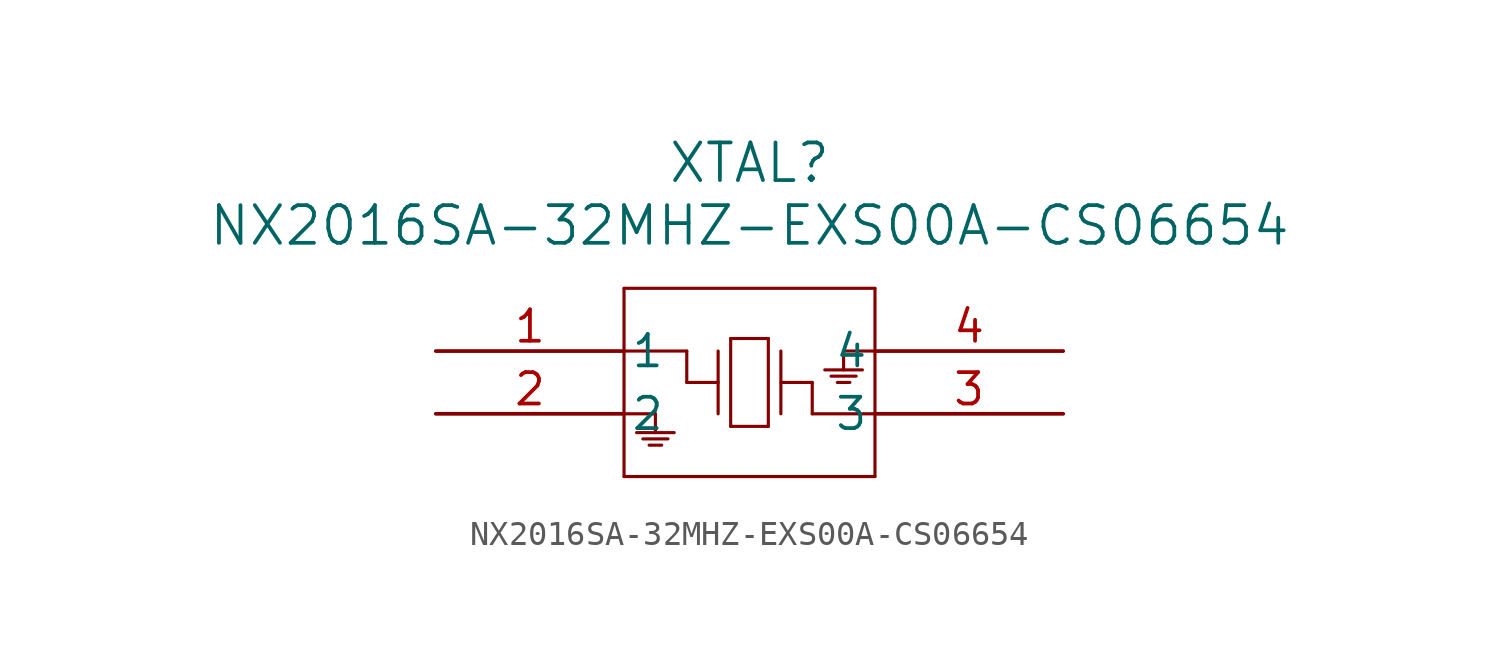
<source format=kicad_sym>
(kicad_symbol_lib
  (version 20211014)
  (generator kicad_symbol_editor)
  (symbol "NX2016SA-32MHZ-EXS00A-CS06654"
    (pin_names
      (offset 0.254))
    (property "Reference" "XTAL"
      (at 12.7 7.62 0)
      (effects (font (size 1.524 1.524))))
    (property "Value" "NX2016SA-32MHZ-EXS00A-CS06654"
      (at 12.7 5.08 0)
      (effects (font (size 1.524 1.524))))
    (symbol "NX2016SA-32MHZ-EXS00A-CS06654_0_1"
      (polyline (pts (xy 7.62 2.54) (xy 7.62 -5.08)) (stroke (width 0.127) (type default) (color 0 0 0 0)) (fill (type none)))
      (polyline (pts (xy 7.62 -5.08) (xy 17.78 -5.08)) (stroke (width 0.127) (type default) (color 0 0 0 0)) (fill (type none)))
      (polyline (pts (xy 17.78 -5.08) (xy 17.78 2.54)) (stroke (width 0.127) (type default) (color 0 0 0 0)) (fill (type none)))
      (polyline (pts (xy 17.78 2.54) (xy 7.62 2.54)) (stroke (width 0.127) (type default) (color 0 0 0 0)) (fill (type none)))
      (polyline (pts (xy 11.43 0) (xy 11.43 -2.54)) (stroke (width 0.127) (type default) (color 0 0 0 0)) (fill (type none)))
      (polyline (pts (xy 11.43 -1.27) (xy 10.16 -1.27)) (stroke (width 0.127) (type default) (color 0 0 0 0)) (fill (type none)))
      (polyline (pts (xy 10.16 -1.27) (xy 10.16 0)) (stroke (width 0.127) (type default) (color 0 0 0 0)) (fill (type none)))
      (polyline (pts (xy 10.16 0) (xy 7.62 0)) (stroke (width 0.127) (type default) (color 0 0 0 0)) (fill (type none)))
      (polyline (pts (xy 13.97 0) (xy 13.97 -2.54)) (stroke (width 0.127) (type default) (color 0 0 0 0)) (fill (type none)))
      (polyline (pts (xy 13.97 -1.27) (xy 15.24 -1.27)) (stroke (width 0.127) (type default) (color 0 0 0 0)) (fill (type none)))
      (polyline (pts (xy 15.24 -1.27) (xy 15.24 -2.54)) (stroke (width 0.127) (type default) (color 0 0 0 0)) (fill (type none)))
      (polyline (pts (xy 15.24 -2.54) (xy 17.78 -2.54)) (stroke (width 0.127) (type default) (color 0 0 0 0)) (fill (type none)))
      (polyline (pts (xy 11.938 0.508) (xy 11.938 -3.048)) (stroke (width 0.127) (type default) (color 0 0 0 0)) (fill (type none)))
      (polyline (pts (xy 11.938 -3.048) (xy 13.462 -3.048)) (stroke (width 0.127) (type default) (color 0 0 0 0)) (fill (type none)))
      (polyline (pts (xy 13.462 -3.048) (xy 13.462 0.508)) (stroke (width 0.127) (type default) (color 0 0 0 0)) (fill (type none)))
      (polyline (pts (xy 13.462 0.508) (xy 11.938 0.508)) (stroke (width 0.127) (type default) (color 0 0 0 0)) (fill (type none)))
      (polyline (pts (xy 7.62 -2.54) (xy 8.89 -2.54)) (stroke (width 0.127) (type default) (color 0 0 0 0)) (fill (type none)))
      (polyline (pts (xy 8.89 -2.54) (xy 8.89 -3.302)) (stroke (width 0.127) (type default) (color 0 0 0 0)) (fill (type none)))
      (polyline (pts (xy 8.636 -3.81) (xy 9.144 -3.81)) (stroke (width 0.127) (type default) (color 0 0 0 0)) (fill (type none)))
      (polyline (pts (xy 8.382 -3.556) (xy 9.398 -3.556)) (stroke (width 0.127) (type default) (color 0 0 0 0)) (fill (type none)))
      (polyline (pts (xy 8.128 -3.302) (xy 9.652 -3.302)) (stroke (width 0.127) (type default) (color 0 0 0 0)) (fill (type none)))
      (polyline (pts (xy 17.78 0) (xy 16.51 0)) (stroke (width 0.127) (type default) (color 0 0 0 0)) (fill (type none)))
      (polyline (pts (xy 16.51 0) (xy 16.51 -0.762)) (stroke (width 0.127) (type default) (color 0 0 0 0)) (fill (type none)))
      (polyline (pts (xy 16.764 -1.27) (xy 16.256 -1.27)) (stroke (width 0.127) (type default) (color 0 0 0 0)) (fill (type none)))
      (polyline (pts (xy 17.018 -1.016) (xy 16.002 -1.016)) (stroke (width 0.127) (type default) (color 0 0 0 0)) (fill (type none)))
      (polyline (pts (xy 17.272 -0.762) (xy 15.748 -0.762)) (stroke (width 0.127) (type default) (color 0 0 0 0)) (fill (type none)))
      (pin unspecified line (at 0 0 0) (length 7.62) (name "1" (effects (font (size 1.27 1.27)))) (number "1" (effects (font (size 1.27 1.27)))))
      (pin unspecified line (at 0 -2.54 0) (length 7.62) (name "2" (effects (font (size 1.27 1.27)))) (number "2" (effects (font (size 1.27 1.27)))))
      (pin unspecified line (at 25.4 -2.54 180) (length 7.62) (name "3" (effects (font (size 1.27 1.27)))) (number "3" (effects (font (size 1.27 1.27)))))
      (pin unspecified line (at 25.4 0 180) (length 7.62) (name "4" (effects (font (size 1.27 1.27)))) (number "4" (effects (font (size 1.27 1.27))))))))
</source>
